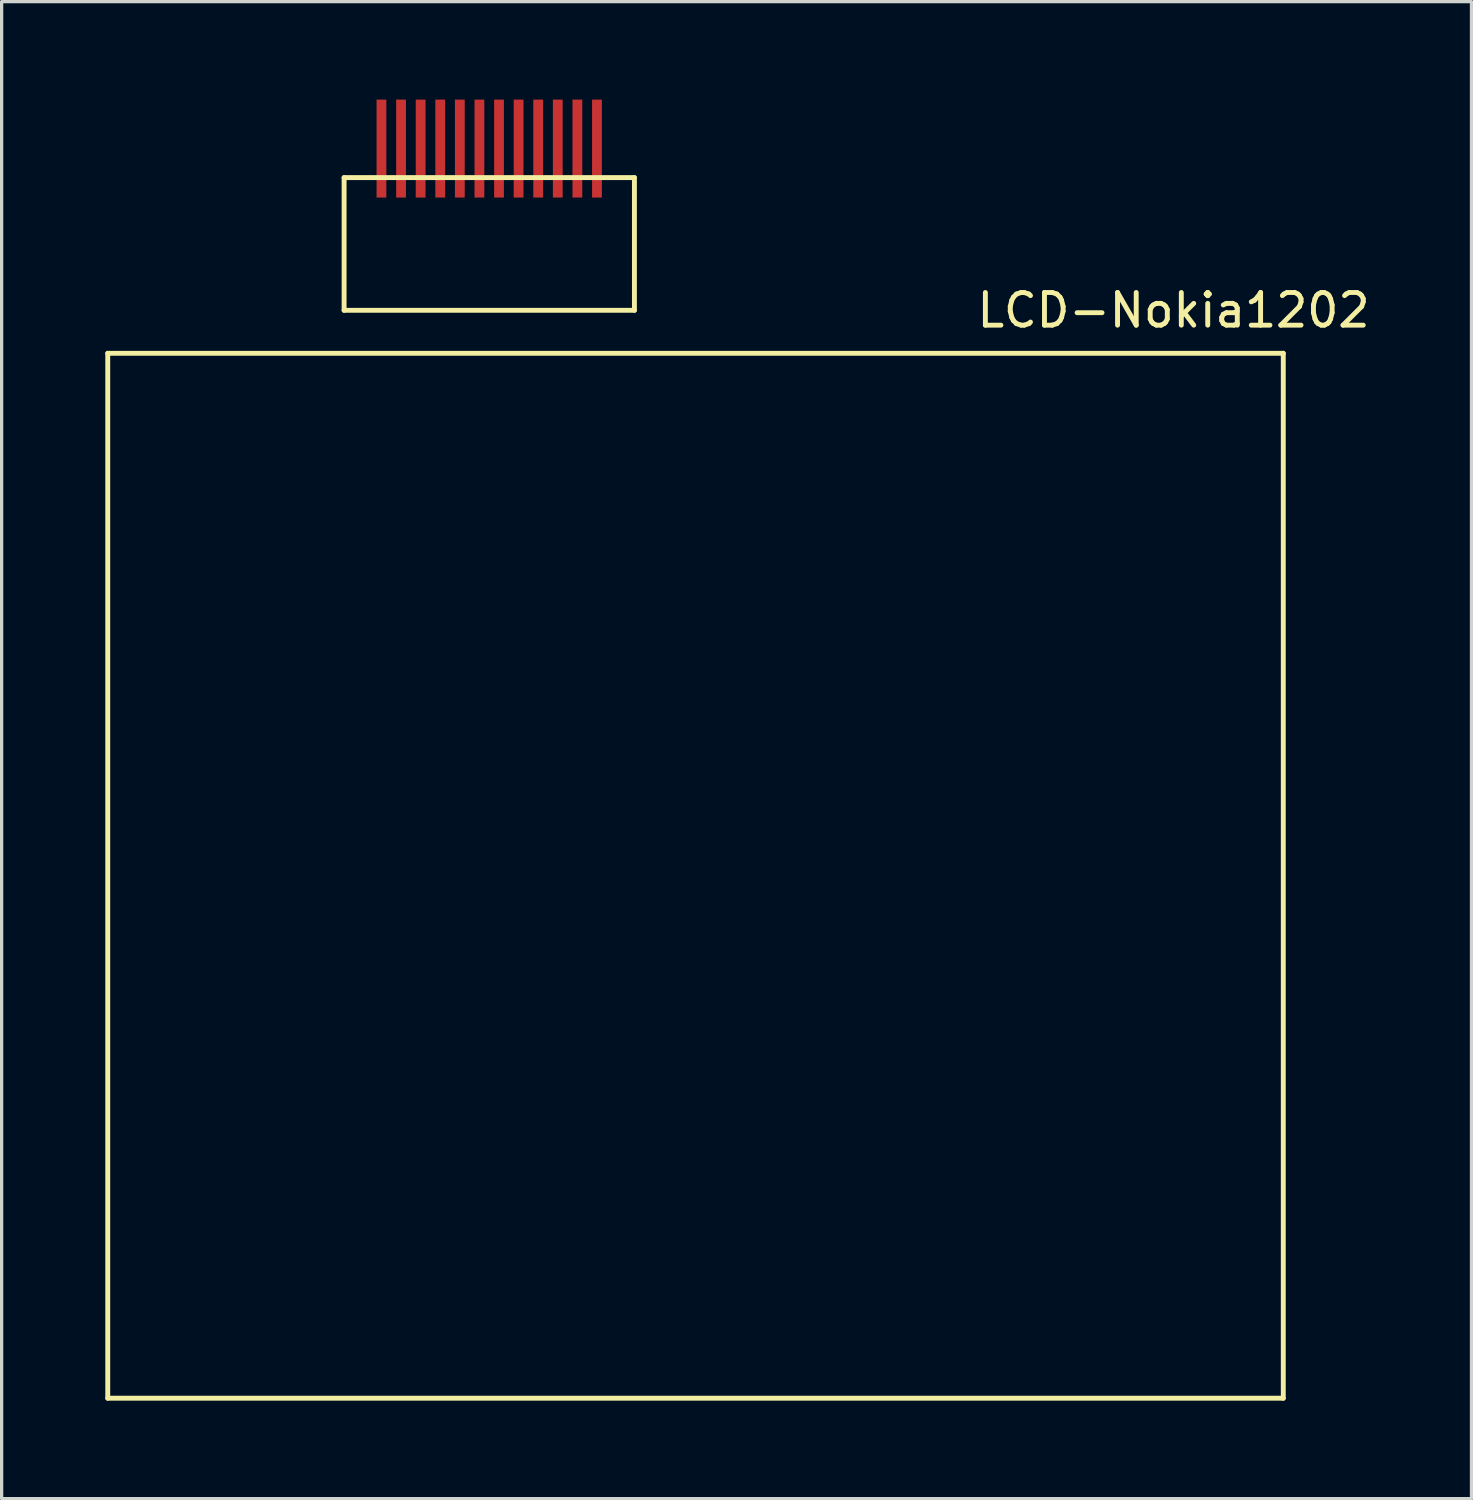
<source format=kicad_pcb>
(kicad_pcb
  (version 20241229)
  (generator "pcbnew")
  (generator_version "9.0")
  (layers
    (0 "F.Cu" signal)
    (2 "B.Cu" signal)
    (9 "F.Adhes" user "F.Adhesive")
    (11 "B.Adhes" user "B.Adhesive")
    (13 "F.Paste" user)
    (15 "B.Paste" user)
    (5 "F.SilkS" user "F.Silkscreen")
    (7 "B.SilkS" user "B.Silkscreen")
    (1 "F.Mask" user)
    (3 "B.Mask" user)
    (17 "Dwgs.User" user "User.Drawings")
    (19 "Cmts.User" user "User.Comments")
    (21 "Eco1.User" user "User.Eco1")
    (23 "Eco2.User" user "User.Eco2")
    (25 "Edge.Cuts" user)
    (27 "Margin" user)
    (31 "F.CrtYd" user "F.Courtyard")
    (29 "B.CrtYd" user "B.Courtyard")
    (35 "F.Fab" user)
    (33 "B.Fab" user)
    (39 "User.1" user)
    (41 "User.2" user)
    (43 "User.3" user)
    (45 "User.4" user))
  (footprint "LCD-Nokia1202"
    (layer "F.Cu")
    (at 0.25 2.262)
    (property "Reference" "LCD-Nokia1202" (at 32.639 4.191 0) (layer "F.SilkS") (effects (font (size 1 1) (thickness 0.15))))
    (attr through_hole)
    (fp_line (start 0 5.508) (end 36 5.508) (stroke (width 0.15) (type solid)) (layer "F.SilkS"))
    (fp_line (start 0 37.508) (end 0 5.508) (stroke (width 0.15) (type solid)) (layer "F.SilkS"))
    (fp_line (start 7.238 0.127) (end 16.129 0.127) (stroke (width 0.15) (type solid)) (layer "F.SilkS"))
    (fp_line (start 7.238 4.191) (end 7.238 0.127) (stroke (width 0.15) (type solid)) (layer "F.SilkS"))
    (fp_line (start 16.129 0.127) (end 16.129 4.191) (stroke (width 0.15) (type solid)) (layer "F.SilkS"))
    (fp_line (start 16.129 4.191) (end 7.238 4.191) (stroke (width 0.15) (type solid)) (layer "F.SilkS"))
    (fp_line (start 36 5.508) (end 36 37.508) (stroke (width 0.15) (type solid)) (layer "F.SilkS"))
    (fp_line (start 36 37.508) (end 0 37.508) (stroke (width 0.15) (type solid)) (layer "F.SilkS"))
    (pad "1" smd rect (at 8.382 -0.762) (size 0.3 3) (layers "F.Cu" "F.Mask" "F.Paste"))
    (pad "2" smd rect (at 8.982 -0.762) (size 0.3 3) (layers "F.Cu" "F.Mask" "F.Paste"))
    (pad "3" smd rect (at 9.582 -0.762) (size 0.3 3) (layers "F.Cu" "F.Mask" "F.Paste"))
    (pad "4" smd rect (at 10.182 -0.762) (size 0.3 3) (layers "F.Cu" "F.Mask" "F.Paste"))
    (pad "5" smd rect (at 10.782 -0.762) (size 0.3 3) (layers "F.Cu" "F.Mask" "F.Paste"))
    (pad "6" smd rect (at 11.382 -0.762) (size 0.3 3) (layers "F.Cu" "F.Mask" "F.Paste"))
    (pad "7" smd rect (at 11.982 -0.762) (size 0.3 3) (layers "F.Cu" "F.Mask" "F.Paste"))
    (pad "8" smd rect (at 12.582 -0.762) (size 0.3 3) (layers "F.Cu" "F.Mask" "F.Paste"))
    (pad "9" smd rect (at 13.182 -0.762) (size 0.3 3) (layers "F.Cu" "F.Mask" "F.Paste"))
    (pad "10" smd rect (at 13.782 -0.762) (size 0.3 3) (layers "F.Cu" "F.Mask" "F.Paste"))
    (pad "11" smd rect (at 14.382 -0.762) (size 0.3 3) (layers "F.Cu" "F.Mask" "F.Paste"))
    (pad "12" smd rect (at 14.982 -0.762) (size 0.3 3) (layers "F.Cu" "F.Mask" "F.Paste")))
  (gr_rect
    (start -3 -3)
    (end 42.014 42.845)
    (stroke (width 0.1) (type default))
    (fill no)
    (layer "Edge.Cuts")))
</source>
